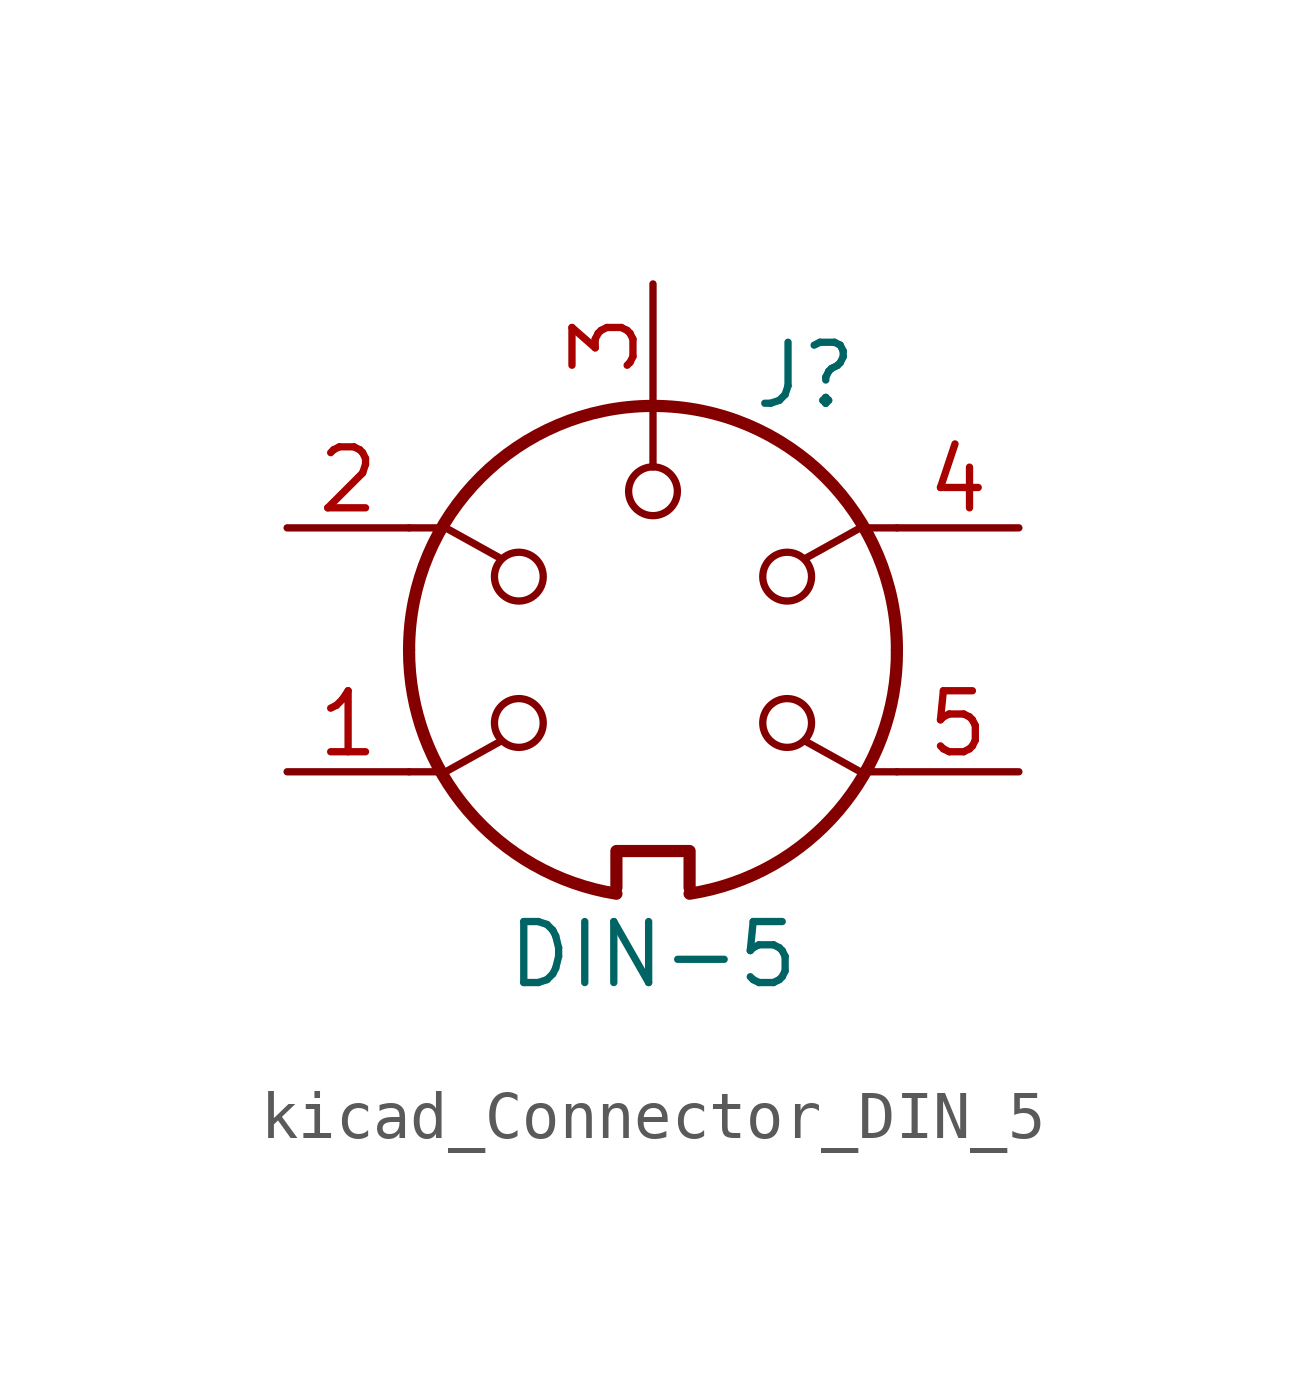
<source format=kicad_sym>
(kicad_symbol_lib
  (version 20220914)
  (generator kicad_symbol_editor)
  (symbol "kicad_Connector_DIN_5"
    (pin_names
      (offset 1.016))
    (property "Reference" "J"
      (at 3.175 5.715 0)
      (effects (font (size 1.27 1.27))))
    (property "Value" "DIN-5"
      (at 0 -6.35 0)
      (effects (font (size 1.27 1.27))))
    (symbol "kicad_Connector_DIN_5_0_1"
      (arc (start -5.08 0) (mid -3.8609 -3.3364) (end -0.762 -5.08) (stroke (width 0.254) (type default)) (fill (type none)))
      (circle (center -2.794 -1.524) (radius 0.508) (stroke (width 0) (type default)) (fill (type none)))
      (circle (center -2.794 1.524) (radius 0.508) (stroke (width 0) (type default)) (fill (type none)))
      (polyline (pts (xy 0 5.08) (xy 0 3.81)) (stroke (width 0) (type default)) (fill (type none)))
      (polyline (pts (xy -5.08 -2.54) (xy -4.318 -2.54) (xy -3.175 -1.905)) (stroke (width 0) (type default)) (fill (type none)))
      (polyline (pts (xy -5.08 2.54) (xy -4.318 2.54) (xy -3.175 1.905)) (stroke (width 0) (type default)) (fill (type none)))
      (polyline (pts (xy 5.08 -2.54) (xy 4.318 -2.54) (xy 3.175 -1.905)) (stroke (width 0) (type default)) (fill (type none)))
      (polyline (pts (xy 5.08 2.54) (xy 4.318 2.54) (xy 3.175 1.905)) (stroke (width 0) (type default)) (fill (type none)))
      (polyline (pts (xy -0.762 -4.953) (xy -0.762 -4.191) (xy 0.762 -4.191) (xy 0.762 -4.953)) (stroke (width 0.254) (type default)) (fill (type none)))
      (circle (center 0 3.302) (radius 0.508) (stroke (width 0) (type default)) (fill (type none)))
      (arc (start 0.762 -5.08) (mid 3.8685 -3.343) (end 5.08 0) (stroke (width 0.254) (type default)) (fill (type none)))
      (circle (center 2.794 -1.524) (radius 0.508) (stroke (width 0) (type default)) (fill (type none)))
      (circle (center 2.794 1.524) (radius 0.508) (stroke (width 0) (type default)) (fill (type none)))
      (arc (start 5.08 0) (mid 0 5.0579) (end -5.08 0) (stroke (width 0.254) (type default)) (fill (type none))))
    (symbol "kicad_Connector_DIN_5_1_1"
      (pin passive line (at -7.62 -2.54 0) (length 2.54) (name "~" (effects (font (size 1.27 1.27)))) (number "1" (effects (font (size 1.27 1.27)))))
      (pin passive line (at -7.62 2.54 0) (length 2.54) (name "~" (effects (font (size 1.27 1.27)))) (number "2" (effects (font (size 1.27 1.27)))))
      (pin passive line (at 0 7.62 270) (length 2.54) (name "~" (effects (font (size 1.27 1.27)))) (number "3" (effects (font (size 1.27 1.27)))))
      (pin passive line (at 7.62 2.54 180) (length 2.54) (name "~" (effects (font (size 1.27 1.27)))) (number "4" (effects (font (size 1.27 1.27)))))
      (pin passive line (at 7.62 -2.54 180) (length 2.54) (name "~" (effects (font (size 1.27 1.27)))) (number "5" (effects (font (size 1.27 1.27))))))))
</source>
